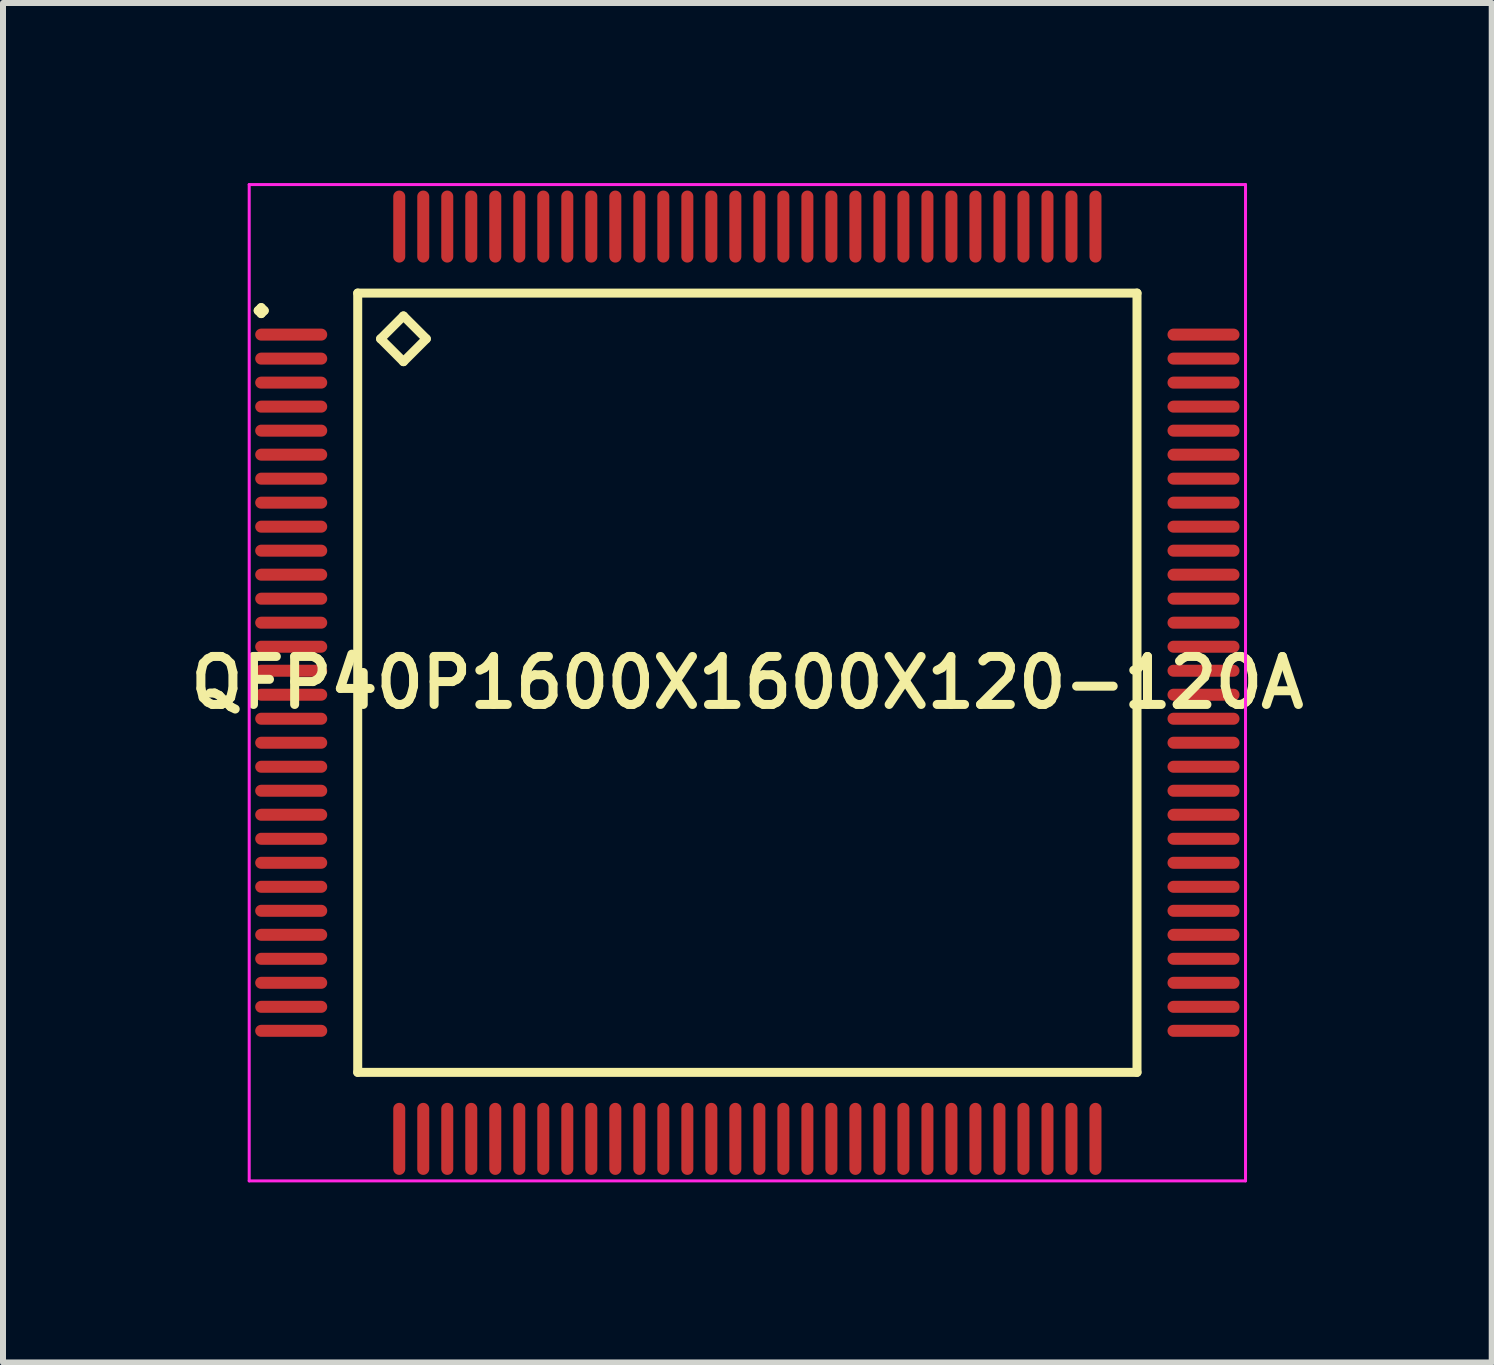
<source format=kicad_pcb>
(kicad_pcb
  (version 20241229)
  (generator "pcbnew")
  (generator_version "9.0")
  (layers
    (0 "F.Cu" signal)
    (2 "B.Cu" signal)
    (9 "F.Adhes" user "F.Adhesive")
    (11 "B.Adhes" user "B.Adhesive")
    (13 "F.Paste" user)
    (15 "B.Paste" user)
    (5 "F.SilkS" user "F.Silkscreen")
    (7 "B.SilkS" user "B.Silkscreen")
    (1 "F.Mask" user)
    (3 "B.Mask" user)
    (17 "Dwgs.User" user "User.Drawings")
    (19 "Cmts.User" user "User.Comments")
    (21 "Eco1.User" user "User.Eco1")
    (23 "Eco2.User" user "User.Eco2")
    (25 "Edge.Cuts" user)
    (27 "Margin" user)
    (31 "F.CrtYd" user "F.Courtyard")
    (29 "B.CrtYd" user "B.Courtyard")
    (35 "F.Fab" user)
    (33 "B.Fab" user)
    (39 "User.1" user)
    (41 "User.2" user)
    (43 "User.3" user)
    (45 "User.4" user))
  (footprint "QFP40P1600X1600X120-120A"
    (layer "F.Cu")
    (at 9.402 8.325)
    (property "Reference" "QFP40P1600X1600X120-120A" (at 0 0 0) (layer "F.SilkS") (effects (font (size 0.8 0.8) (thickness 0.15))))
    (attr smd)
    (fp_line (start -8.15 -6.2) (end -8.1 -6.25) (stroke (width 0.15) (type solid)) (layer "F.SilkS"))
    (fp_line (start -8.1 -6.25) (end -8.05 -6.2) (stroke (width 0.15) (type solid)) (layer "F.SilkS"))
    (fp_line (start -8.1 -6.15) (end -8.15 -6.2) (stroke (width 0.15) (type solid)) (layer "F.SilkS"))
    (fp_line (start -8.05 -6.2) (end -8.1 -6.15) (stroke (width 0.15) (type solid)) (layer "F.SilkS"))
    (fp_line (start -6.492 -6.492) (end -6.492 6.492) (stroke (width 0.15) (type solid)) (layer "F.SilkS"))
    (fp_line (start -6.492 6.492) (end 6.492 6.492) (stroke (width 0.15) (type solid)) (layer "F.SilkS"))
    (fp_line (start -6.111 -5.73) (end -5.73 -6.111) (stroke (width 0.15) (type solid)) (layer "F.SilkS"))
    (fp_line (start -5.73 -6.111) (end -5.349 -5.73) (stroke (width 0.15) (type solid)) (layer "F.SilkS"))
    (fp_line (start -5.73 -5.349) (end -6.111 -5.73) (stroke (width 0.15) (type solid)) (layer "F.SilkS"))
    (fp_line (start -5.349 -5.73) (end -5.73 -5.349) (stroke (width 0.15) (type solid)) (layer "F.SilkS"))
    (fp_line (start 6.492 -6.492) (end -6.492 -6.492) (stroke (width 0.15) (type solid)) (layer "F.SilkS"))
    (fp_line (start 6.492 6.492) (end 6.492 -6.492) (stroke (width 0.15) (type solid)) (layer "F.SilkS"))
    (fp_line (start -8.3 -8.3) (end 8.3 -8.3) (stroke (width 0.05) (type solid)) (layer "F.CrtYd"))
    (fp_line (start -8.3 8.3) (end -8.3 -8.3) (stroke (width 0.05) (type solid)) (layer "F.CrtYd"))
    (fp_line (start 8.3 -8.3) (end 8.3 8.3) (stroke (width 0.05) (type solid)) (layer "F.CrtYd"))
    (fp_line (start 8.3 8.3) (end -8.3 8.3) (stroke (width 0.05) (type solid)) (layer "F.CrtYd"))
    (pad "1" smd oval (at -7.6 -5.8) (size 1.2 0.2) (layers "F.Cu" "F.Mask" "F.Paste"))
    (pad "2" smd oval (at -7.6 -5.4) (size 1.2 0.2) (layers "F.Cu" "F.Mask" "F.Paste"))
    (pad "3" smd oval (at -7.6 -5) (size 1.2 0.2) (layers "F.Cu" "F.Mask" "F.Paste"))
    (pad "4" smd oval (at -7.6 -4.6) (size 1.2 0.2) (layers "F.Cu" "F.Mask" "F.Paste"))
    (pad "5" smd oval (at -7.6 -4.2) (size 1.2 0.2) (layers "F.Cu" "F.Mask" "F.Paste"))
    (pad "6" smd oval (at -7.6 -3.8) (size 1.2 0.2) (layers "F.Cu" "F.Mask" "F.Paste"))
    (pad "7" smd oval (at -7.6 -3.4) (size 1.2 0.2) (layers "F.Cu" "F.Mask" "F.Paste"))
    (pad "8" smd oval (at -7.6 -3) (size 1.2 0.2) (layers "F.Cu" "F.Mask" "F.Paste"))
    (pad "9" smd oval (at -7.6 -2.6) (size 1.2 0.2) (layers "F.Cu" "F.Mask" "F.Paste"))
    (pad "10" smd oval (at -7.6 -2.2) (size 1.2 0.2) (layers "F.Cu" "F.Mask" "F.Paste"))
    (pad "11" smd oval (at -7.6 -1.8) (size 1.2 0.2) (layers "F.Cu" "F.Mask" "F.Paste"))
    (pad "12" smd oval (at -7.6 -1.4) (size 1.2 0.2) (layers "F.Cu" "F.Mask" "F.Paste"))
    (pad "13" smd oval (at -7.6 -1) (size 1.2 0.2) (layers "F.Cu" "F.Mask" "F.Paste"))
    (pad "14" smd oval (at -7.6 -0.6) (size 1.2 0.2) (layers "F.Cu" "F.Mask" "F.Paste"))
    (pad "15" smd oval (at -7.6 -0.2) (size 1.2 0.2) (layers "F.Cu" "F.Mask" "F.Paste"))
    (pad "16" smd oval (at -7.6 0.2) (size 1.2 0.2) (layers "F.Cu" "F.Mask" "F.Paste"))
    (pad "17" smd oval (at -7.6 0.6) (size 1.2 0.2) (layers "F.Cu" "F.Mask" "F.Paste"))
    (pad "18" smd oval (at -7.6 1) (size 1.2 0.2) (layers "F.Cu" "F.Mask" "F.Paste"))
    (pad "19" smd oval (at -7.6 1.4) (size 1.2 0.2) (layers "F.Cu" "F.Mask" "F.Paste"))
    (pad "20" smd oval (at -7.6 1.8) (size 1.2 0.2) (layers "F.Cu" "F.Mask" "F.Paste"))
    (pad "21" smd oval (at -7.6 2.2) (size 1.2 0.2) (layers "F.Cu" "F.Mask" "F.Paste"))
    (pad "22" smd oval (at -7.6 2.6) (size 1.2 0.2) (layers "F.Cu" "F.Mask" "F.Paste"))
    (pad "23" smd oval (at -7.6 3) (size 1.2 0.2) (layers "F.Cu" "F.Mask" "F.Paste"))
    (pad "24" smd oval (at -7.6 3.4) (size 1.2 0.2) (layers "F.Cu" "F.Mask" "F.Paste"))
    (pad "25" smd oval (at -7.6 3.8) (size 1.2 0.2) (layers "F.Cu" "F.Mask" "F.Paste"))
    (pad "26" smd oval (at -7.6 4.2) (size 1.2 0.2) (layers "F.Cu" "F.Mask" "F.Paste"))
    (pad "27" smd oval (at -7.6 4.6) (size 1.2 0.2) (layers "F.Cu" "F.Mask" "F.Paste"))
    (pad "28" smd oval (at -7.6 5) (size 1.2 0.2) (layers "F.Cu" "F.Mask" "F.Paste"))
    (pad "29" smd oval (at -7.6 5.4) (size 1.2 0.2) (layers "F.Cu" "F.Mask" "F.Paste"))
    (pad "30" smd oval (at -7.6 5.8) (size 1.2 0.2) (layers "F.Cu" "F.Mask" "F.Paste"))
    (pad "31" smd oval (at -5.8 7.6) (size 0.2 1.2) (layers "F.Cu" "F.Mask" "F.Paste"))
    (pad "32" smd oval (at -5.4 7.6) (size 0.2 1.2) (layers "F.Cu" "F.Mask" "F.Paste"))
    (pad "33" smd oval (at -5 7.6) (size 0.2 1.2) (layers "F.Cu" "F.Mask" "F.Paste"))
    (pad "34" smd oval (at -4.6 7.6) (size 0.2 1.2) (layers "F.Cu" "F.Mask" "F.Paste"))
    (pad "35" smd oval (at -4.2 7.6) (size 0.2 1.2) (layers "F.Cu" "F.Mask" "F.Paste"))
    (pad "36" smd oval (at -3.8 7.6) (size 0.2 1.2) (layers "F.Cu" "F.Mask" "F.Paste"))
    (pad "37" smd oval (at -3.4 7.6) (size 0.2 1.2) (layers "F.Cu" "F.Mask" "F.Paste"))
    (pad "38" smd oval (at -3 7.6) (size 0.2 1.2) (layers "F.Cu" "F.Mask" "F.Paste"))
    (pad "39" smd oval (at -2.6 7.6) (size 0.2 1.2) (layers "F.Cu" "F.Mask" "F.Paste"))
    (pad "40" smd oval (at -2.2 7.6) (size 0.2 1.2) (layers "F.Cu" "F.Mask" "F.Paste"))
    (pad "41" smd oval (at -1.8 7.6) (size 0.2 1.2) (layers "F.Cu" "F.Mask" "F.Paste"))
    (pad "42" smd oval (at -1.4 7.6) (size 0.2 1.2) (layers "F.Cu" "F.Mask" "F.Paste"))
    (pad "43" smd oval (at -1 7.6) (size 0.2 1.2) (layers "F.Cu" "F.Mask" "F.Paste"))
    (pad "44" smd oval (at -0.6 7.6) (size 0.2 1.2) (layers "F.Cu" "F.Mask" "F.Paste"))
    (pad "45" smd oval (at -0.2 7.6) (size 0.2 1.2) (layers "F.Cu" "F.Mask" "F.Paste"))
    (pad "46" smd oval (at 0.2 7.6) (size 0.2 1.2) (layers "F.Cu" "F.Mask" "F.Paste"))
    (pad "47" smd oval (at 0.6 7.6) (size 0.2 1.2) (layers "F.Cu" "F.Mask" "F.Paste"))
    (pad "48" smd oval (at 1 7.6) (size 0.2 1.2) (layers "F.Cu" "F.Mask" "F.Paste"))
    (pad "49" smd oval (at 1.4 7.6) (size 0.2 1.2) (layers "F.Cu" "F.Mask" "F.Paste"))
    (pad "50" smd oval (at 1.8 7.6) (size 0.2 1.2) (layers "F.Cu" "F.Mask" "F.Paste"))
    (pad "51" smd oval (at 2.2 7.6) (size 0.2 1.2) (layers "F.Cu" "F.Mask" "F.Paste"))
    (pad "52" smd oval (at 2.6 7.6) (size 0.2 1.2) (layers "F.Cu" "F.Mask" "F.Paste"))
    (pad "53" smd oval (at 3 7.6) (size 0.2 1.2) (layers "F.Cu" "F.Mask" "F.Paste"))
    (pad "54" smd oval (at 3.4 7.6) (size 0.2 1.2) (layers "F.Cu" "F.Mask" "F.Paste"))
    (pad "55" smd oval (at 3.8 7.6) (size 0.2 1.2) (layers "F.Cu" "F.Mask" "F.Paste"))
    (pad "56" smd oval (at 4.2 7.6) (size 0.2 1.2) (layers "F.Cu" "F.Mask" "F.Paste"))
    (pad "57" smd oval (at 4.6 7.6) (size 0.2 1.2) (layers "F.Cu" "F.Mask" "F.Paste"))
    (pad "58" smd oval (at 5 7.6) (size 0.2 1.2) (layers "F.Cu" "F.Mask" "F.Paste"))
    (pad "59" smd oval (at 5.4 7.6) (size 0.2 1.2) (layers "F.Cu" "F.Mask" "F.Paste"))
    (pad "60" smd oval (at 5.8 7.6) (size 0.2 1.2) (layers "F.Cu" "F.Mask" "F.Paste"))
    (pad "61" smd oval (at 7.6 5.8) (size 1.2 0.2) (layers "F.Cu" "F.Mask" "F.Paste"))
    (pad "62" smd oval (at 7.6 5.4) (size 1.2 0.2) (layers "F.Cu" "F.Mask" "F.Paste"))
    (pad "63" smd oval (at 7.6 5) (size 1.2 0.2) (layers "F.Cu" "F.Mask" "F.Paste"))
    (pad "64" smd oval (at 7.6 4.6) (size 1.2 0.2) (layers "F.Cu" "F.Mask" "F.Paste"))
    (pad "65" smd oval (at 7.6 4.2) (size 1.2 0.2) (layers "F.Cu" "F.Mask" "F.Paste"))
    (pad "66" smd oval (at 7.6 3.8) (size 1.2 0.2) (layers "F.Cu" "F.Mask" "F.Paste"))
    (pad "67" smd oval (at 7.6 3.4) (size 1.2 0.2) (layers "F.Cu" "F.Mask" "F.Paste"))
    (pad "68" smd oval (at 7.6 3) (size 1.2 0.2) (layers "F.Cu" "F.Mask" "F.Paste"))
    (pad "69" smd oval (at 7.6 2.6) (size 1.2 0.2) (layers "F.Cu" "F.Mask" "F.Paste"))
    (pad "70" smd oval (at 7.6 2.2) (size 1.2 0.2) (layers "F.Cu" "F.Mask" "F.Paste"))
    (pad "71" smd oval (at 7.6 1.8) (size 1.2 0.2) (layers "F.Cu" "F.Mask" "F.Paste"))
    (pad "72" smd oval (at 7.6 1.4) (size 1.2 0.2) (layers "F.Cu" "F.Mask" "F.Paste"))
    (pad "73" smd oval (at 7.6 1) (size 1.2 0.2) (layers "F.Cu" "F.Mask" "F.Paste"))
    (pad "74" smd oval (at 7.6 0.6) (size 1.2 0.2) (layers "F.Cu" "F.Mask" "F.Paste"))
    (pad "75" smd oval (at 7.6 0.2) (size 1.2 0.2) (layers "F.Cu" "F.Mask" "F.Paste"))
    (pad "76" smd oval (at 7.6 -0.2) (size 1.2 0.2) (layers "F.Cu" "F.Mask" "F.Paste"))
    (pad "77" smd oval (at 7.6 -0.6) (size 1.2 0.2) (layers "F.Cu" "F.Mask" "F.Paste"))
    (pad "78" smd oval (at 7.6 -1) (size 1.2 0.2) (layers "F.Cu" "F.Mask" "F.Paste"))
    (pad "79" smd oval (at 7.6 -1.4) (size 1.2 0.2) (layers "F.Cu" "F.Mask" "F.Paste"))
    (pad "80" smd oval (at 7.6 -1.8) (size 1.2 0.2) (layers "F.Cu" "F.Mask" "F.Paste"))
    (pad "81" smd oval (at 7.6 -2.2) (size 1.2 0.2) (layers "F.Cu" "F.Mask" "F.Paste"))
    (pad "82" smd oval (at 7.6 -2.6) (size 1.2 0.2) (layers "F.Cu" "F.Mask" "F.Paste"))
    (pad "83" smd oval (at 7.6 -3) (size 1.2 0.2) (layers "F.Cu" "F.Mask" "F.Paste"))
    (pad "84" smd oval (at 7.6 -3.4) (size 1.2 0.2) (layers "F.Cu" "F.Mask" "F.Paste"))
    (pad "85" smd oval (at 7.6 -3.8) (size 1.2 0.2) (layers "F.Cu" "F.Mask" "F.Paste"))
    (pad "86" smd oval (at 7.6 -4.2) (size 1.2 0.2) (layers "F.Cu" "F.Mask" "F.Paste"))
    (pad "87" smd oval (at 7.6 -4.6) (size 1.2 0.2) (layers "F.Cu" "F.Mask" "F.Paste"))
    (pad "88" smd oval (at 7.6 -5) (size 1.2 0.2) (layers "F.Cu" "F.Mask" "F.Paste"))
    (pad "89" smd oval (at 7.6 -5.4) (size 1.2 0.2) (layers "F.Cu" "F.Mask" "F.Paste"))
    (pad "90" smd oval (at 7.6 -5.8) (size 1.2 0.2) (layers "F.Cu" "F.Mask" "F.Paste"))
    (pad "91" smd oval (at 5.8 -7.6) (size 0.2 1.2) (layers "F.Cu" "F.Mask" "F.Paste"))
    (pad "92" smd oval (at 5.4 -7.6) (size 0.2 1.2) (layers "F.Cu" "F.Mask" "F.Paste"))
    (pad "93" smd oval (at 5 -7.6) (size 0.2 1.2) (layers "F.Cu" "F.Mask" "F.Paste"))
    (pad "94" smd oval (at 4.6 -7.6) (size 0.2 1.2) (layers "F.Cu" "F.Mask" "F.Paste"))
    (pad "95" smd oval (at 4.2 -7.6) (size 0.2 1.2) (layers "F.Cu" "F.Mask" "F.Paste"))
    (pad "96" smd oval (at 3.8 -7.6) (size 0.2 1.2) (layers "F.Cu" "F.Mask" "F.Paste"))
    (pad "97" smd oval (at 3.4 -7.6) (size 0.2 1.2) (layers "F.Cu" "F.Mask" "F.Paste"))
    (pad "98" smd oval (at 3 -7.6) (size 0.2 1.2) (layers "F.Cu" "F.Mask" "F.Paste"))
    (pad "99" smd oval (at 2.6 -7.6) (size 0.2 1.2) (layers "F.Cu" "F.Mask" "F.Paste"))
    (pad "100" smd oval (at 2.2 -7.6) (size 0.2 1.2) (layers "F.Cu" "F.Mask" "F.Paste"))
    (pad "101" smd oval (at 1.8 -7.6) (size 0.2 1.2) (layers "F.Cu" "F.Mask" "F.Paste"))
    (pad "102" smd oval (at 1.4 -7.6) (size 0.2 1.2) (layers "F.Cu" "F.Mask" "F.Paste"))
    (pad "103" smd oval (at 1 -7.6) (size 0.2 1.2) (layers "F.Cu" "F.Mask" "F.Paste"))
    (pad "104" smd oval (at 0.6 -7.6) (size 0.2 1.2) (layers "F.Cu" "F.Mask" "F.Paste"))
    (pad "105" smd oval (at 0.2 -7.6) (size 0.2 1.2) (layers "F.Cu" "F.Mask" "F.Paste"))
    (pad "106" smd oval (at -0.2 -7.6) (size 0.2 1.2) (layers "F.Cu" "F.Mask" "F.Paste"))
    (pad "107" smd oval (at -0.6 -7.6) (size 0.2 1.2) (layers "F.Cu" "F.Mask" "F.Paste"))
    (pad "108" smd oval (at -1 -7.6) (size 0.2 1.2) (layers "F.Cu" "F.Mask" "F.Paste"))
    (pad "109" smd oval (at -1.4 -7.6) (size 0.2 1.2) (layers "F.Cu" "F.Mask" "F.Paste"))
    (pad "110" smd oval (at -1.8 -7.6) (size 0.2 1.2) (layers "F.Cu" "F.Mask" "F.Paste"))
    (pad "111" smd oval (at -2.2 -7.6) (size 0.2 1.2) (layers "F.Cu" "F.Mask" "F.Paste"))
    (pad "112" smd oval (at -2.6 -7.6) (size 0.2 1.2) (layers "F.Cu" "F.Mask" "F.Paste"))
    (pad "113" smd oval (at -3 -7.6) (size 0.2 1.2) (layers "F.Cu" "F.Mask" "F.Paste"))
    (pad "114" smd oval (at -3.4 -7.6) (size 0.2 1.2) (layers "F.Cu" "F.Mask" "F.Paste"))
    (pad "115" smd oval (at -3.8 -7.6) (size 0.2 1.2) (layers "F.Cu" "F.Mask" "F.Paste"))
    (pad "116" smd oval (at -4.2 -7.6) (size 0.2 1.2) (layers "F.Cu" "F.Mask" "F.Paste"))
    (pad "117" smd oval (at -4.6 -7.6) (size 0.2 1.2) (layers "F.Cu" "F.Mask" "F.Paste"))
    (pad "118" smd oval (at -5 -7.6) (size 0.2 1.2) (layers "F.Cu" "F.Mask" "F.Paste"))
    (pad "119" smd oval (at -5.4 -7.6) (size 0.2 1.2) (layers "F.Cu" "F.Mask" "F.Paste"))
    (pad "120" smd oval (at -5.8 -7.6) (size 0.2 1.2) (layers "F.Cu" "F.Mask" "F.Paste")))
  (gr_rect
    (start -3 -3)
    (end 21.804 19.65)
    (stroke (width 0.1) (type default))
    (fill no)
    (layer "Edge.Cuts")))
</source>
